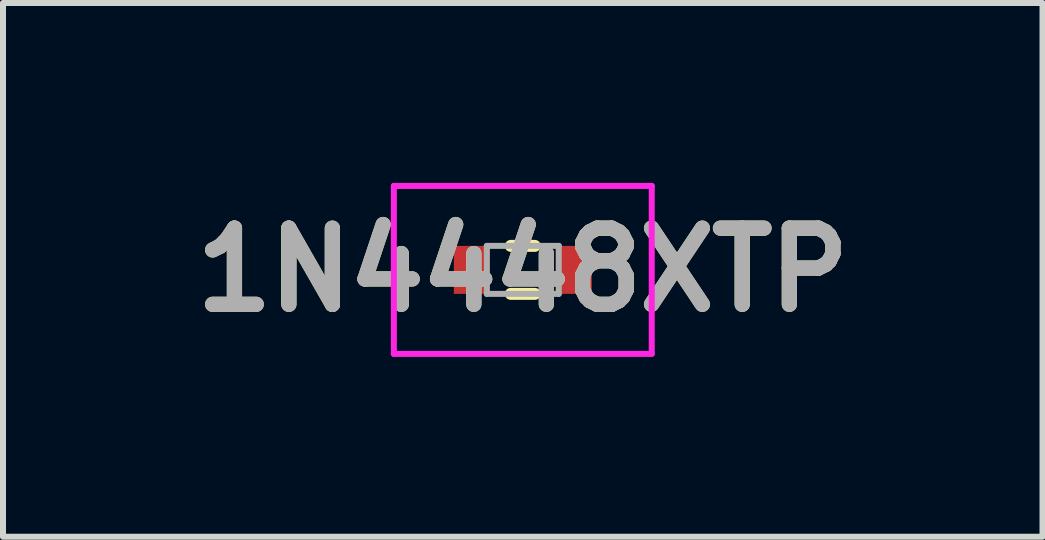
<source format=kicad_pcb>
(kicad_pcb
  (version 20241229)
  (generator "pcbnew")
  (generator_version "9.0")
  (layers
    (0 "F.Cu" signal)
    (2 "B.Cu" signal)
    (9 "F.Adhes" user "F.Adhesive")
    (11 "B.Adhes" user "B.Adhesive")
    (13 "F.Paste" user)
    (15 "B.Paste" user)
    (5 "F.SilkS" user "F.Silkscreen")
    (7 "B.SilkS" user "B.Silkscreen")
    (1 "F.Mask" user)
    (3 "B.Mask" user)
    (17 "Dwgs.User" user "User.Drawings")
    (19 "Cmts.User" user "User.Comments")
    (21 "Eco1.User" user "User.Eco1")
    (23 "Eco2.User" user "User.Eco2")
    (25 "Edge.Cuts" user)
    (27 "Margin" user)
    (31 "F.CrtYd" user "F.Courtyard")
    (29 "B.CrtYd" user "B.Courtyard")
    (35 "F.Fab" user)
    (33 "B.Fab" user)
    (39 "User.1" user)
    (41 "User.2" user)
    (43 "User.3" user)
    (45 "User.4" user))
  (footprint "1N4448XTP"
    (layer "F.Cu")
    (at 5.667 1.45)
    (property "Reference" "1N4448XTP" (at 0 0 0) (layer "F.SilkS") (effects (font (size 1.27 1.27) (thickness 0.254))))
    (attr smd)
    (fp_line (start -0.2 -0.4) (end 0.2 -0.4) (stroke (width 0.2) (type solid)) (layer "F.SilkS"))
    (fp_line (start -0.2 0.4) (end 0.2 0.4) (stroke (width 0.2) (type solid)) (layer "F.SilkS"))
    (fp_line (start -2.15 -1.4) (end 2.15 -1.4) (stroke (width 0.1) (type solid)) (layer "F.CrtYd"))
    (fp_line (start -2.15 1.4) (end -2.15 -1.4) (stroke (width 0.1) (type solid)) (layer "F.CrtYd"))
    (fp_line (start 2.15 -1.4) (end 2.15 1.4) (stroke (width 0.1) (type solid)) (layer "F.CrtYd"))
    (fp_line (start 2.15 1.4) (end -2.15 1.4) (stroke (width 0.1) (type solid)) (layer "F.CrtYd"))
    (fp_line (start -0.6 -0.4) (end 0.6 -0.4) (stroke (width 0.1) (type solid)) (layer "F.Fab"))
    (fp_line (start -0.6 0.4) (end -0.6 -0.4) (stroke (width 0.1) (type solid)) (layer "F.Fab"))
    (fp_line (start 0.6 -0.4) (end 0.6 0.4) (stroke (width 0.1) (type solid)) (layer "F.Fab"))
    (fp_line (start 0.6 0.4) (end -0.6 0.4) (stroke (width 0.1) (type solid)) (layer "F.Fab"))
    (fp_text user "${REFERENCE}" (at 0 0 0) (layer "F.Fab") (effects (font (size 1.27 1.27) (thickness 0.254))))
    (pad "1" smd rect (at -0.85 0) (size 0.6 0.8) (layers "F.Cu" "F.Mask" "F.Paste"))
    (pad "2" smd rect (at 0.85 0) (size 0.6 0.8) (layers "F.Cu" "F.Mask" "F.Paste")))
  (gr_rect
    (start -3 -3)
    (end 14.333 5.9)
    (stroke (width 0.1) (type default))
    (fill no)
    (layer "Edge.Cuts")))
</source>
